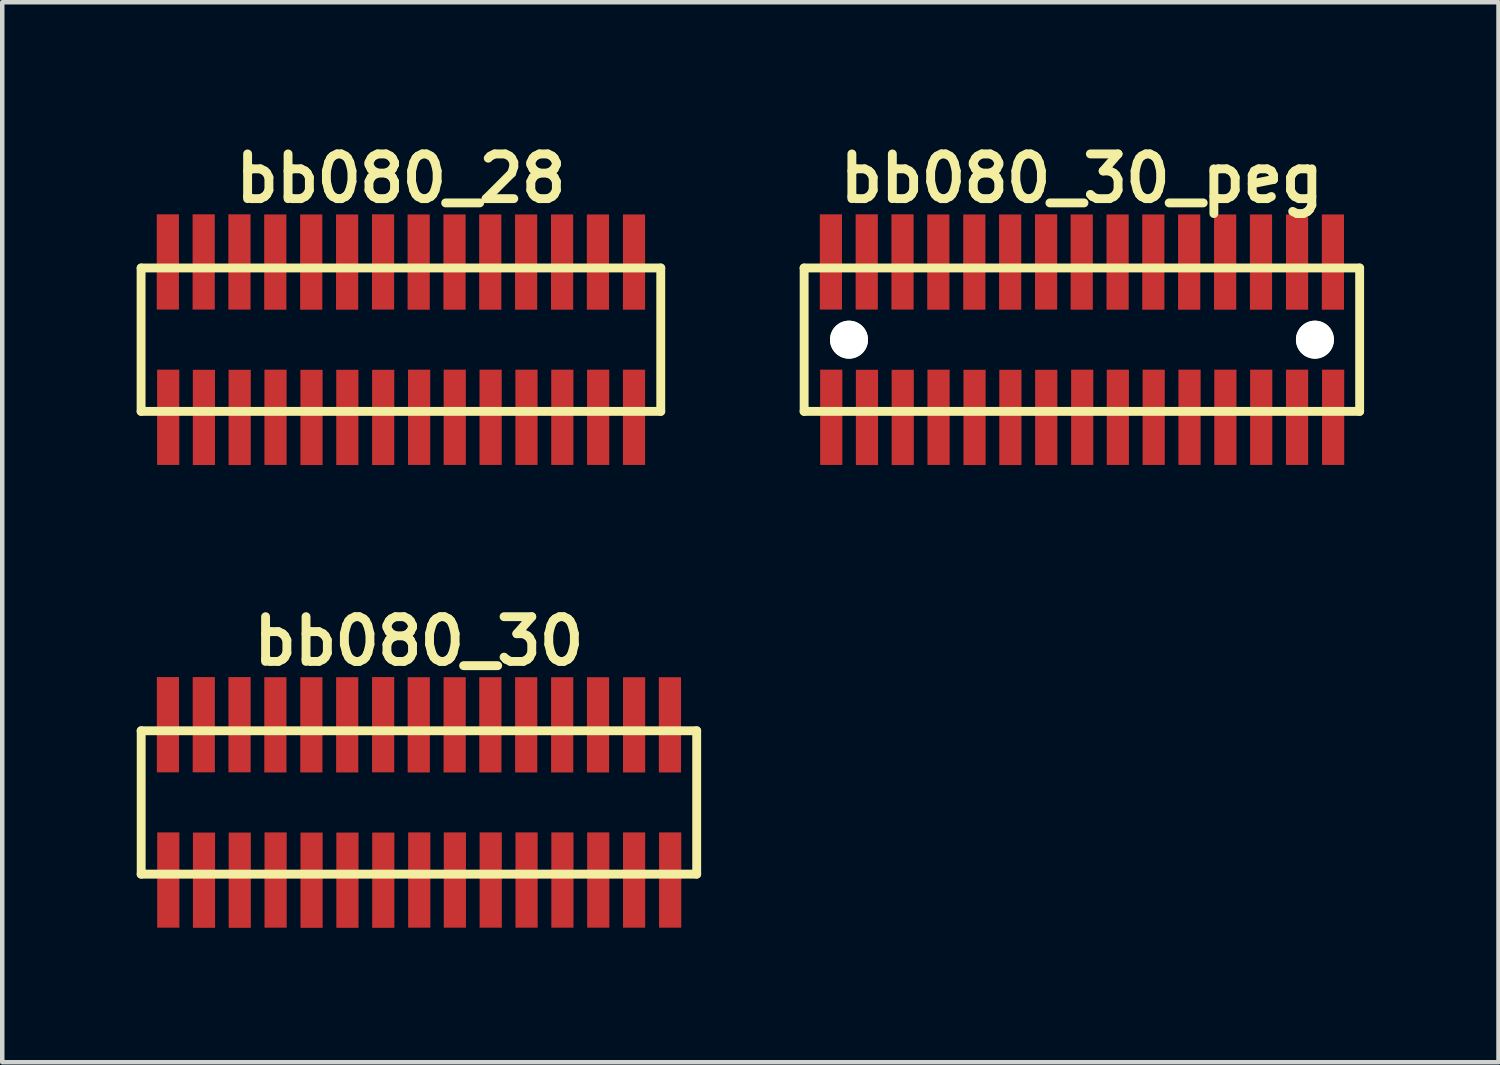
<source format=kicad_pcb>
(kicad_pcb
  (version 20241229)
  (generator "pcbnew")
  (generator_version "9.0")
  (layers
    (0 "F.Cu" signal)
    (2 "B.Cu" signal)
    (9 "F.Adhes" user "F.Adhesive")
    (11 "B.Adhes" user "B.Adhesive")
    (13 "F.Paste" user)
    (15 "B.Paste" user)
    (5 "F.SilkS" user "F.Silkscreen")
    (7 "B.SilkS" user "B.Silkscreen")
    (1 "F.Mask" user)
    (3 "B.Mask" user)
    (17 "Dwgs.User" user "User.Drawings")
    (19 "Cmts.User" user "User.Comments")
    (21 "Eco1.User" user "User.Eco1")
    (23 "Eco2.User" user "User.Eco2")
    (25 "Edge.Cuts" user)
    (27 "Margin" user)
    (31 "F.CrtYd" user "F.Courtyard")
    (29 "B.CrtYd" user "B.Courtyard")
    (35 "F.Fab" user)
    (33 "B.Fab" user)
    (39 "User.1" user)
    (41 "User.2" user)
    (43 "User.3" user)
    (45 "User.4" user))
  (footprint "bb080_30"
    (layer "F.Cu")
    (at 6.299 14.859)
    (property "Reference" "bb080_30" (at 0 -3.599 0) (layer "F.SilkS") (effects (font (size 0.998 0.998) (thickness 0.198))))
    (attr smd)
    (fp_line (start -6.2 1.6) (end 6.2 1.6) (stroke (width 0.198) (type solid)) (layer "F.SilkS"))
    (fp_line (start -6.198 -1.6) (end -6.198 1.6) (stroke (width 0.198) (type solid)) (layer "F.SilkS"))
    (fp_line (start 6.2 -1.6) (end -6.2 -1.6) (stroke (width 0.198) (type solid)) (layer "F.SilkS"))
    (fp_line (start 6.2 1.6) (end 6.2 -1.6) (stroke (width 0.198) (type solid)) (layer "F.SilkS"))
    (pad "1" smd rect (at -5.593 1.732) (size 0.495 2.126) (layers "F.Cu" "F.Mask" "F.Paste"))
    (pad "2" smd rect (at -5.601 -1.735) (size 0.495 2.126) (layers "F.Cu" "F.Mask" "F.Paste"))
    (pad "3" smd rect (at -4.796 1.735) (size 0.495 2.126) (layers "F.Cu" "F.Mask" "F.Paste"))
    (pad "4" smd rect (at -4.801 -1.735) (size 0.495 2.126) (layers "F.Cu" "F.Mask" "F.Paste"))
    (pad "5" smd rect (at -3.998 1.735) (size 0.495 2.126) (layers "F.Cu" "F.Mask" "F.Paste"))
    (pad "6" smd rect (at -4.003 -1.735) (size 0.495 2.126) (layers "F.Cu" "F.Mask" "F.Paste"))
    (pad "7" smd rect (at -3.198 1.732) (size 0.495 2.126) (layers "F.Cu" "F.Mask" "F.Paste"))
    (pad "8" smd rect (at -3.203 -1.732) (size 0.495 2.126) (layers "F.Cu" "F.Mask" "F.Paste"))
    (pad "9" smd rect (at -2.395 1.735) (size 0.495 2.126) (layers "F.Cu" "F.Mask" "F.Paste"))
    (pad "10" smd rect (at -2.4 -1.732) (size 0.495 2.126) (layers "F.Cu" "F.Mask" "F.Paste"))
    (pad "11" smd rect (at -1.595 1.735) (size 0.495 2.126) (layers "F.Cu" "F.Mask" "F.Paste"))
    (pad "12" smd rect (at -1.6 -1.732) (size 0.495 2.126) (layers "F.Cu" "F.Mask" "F.Paste"))
    (pad "13" smd rect (at -0.795 1.735) (size 0.495 2.126) (layers "F.Cu" "F.Mask" "F.Paste"))
    (pad "14" smd rect (at -0.798 -1.735) (size 0.495 2.126) (layers "F.Cu" "F.Mask" "F.Paste"))
    (pad "15" smd rect (at 0.008 1.732) (size 0.495 2.126) (layers "F.Cu" "F.Mask" "F.Paste"))
    (pad "16" smd rect (at -0.003 -1.732) (size 0.495 2.126) (layers "F.Cu" "F.Mask" "F.Paste"))
    (pad "17" smd rect (at 0.803 1.732) (size 0.495 2.126) (layers "F.Cu" "F.Mask" "F.Paste"))
    (pad "18" smd rect (at 0.798 -1.732) (size 0.495 2.126) (layers "F.Cu" "F.Mask" "F.Paste"))
    (pad "19" smd rect (at 1.603 1.732) (size 0.495 2.126) (layers "F.Cu" "F.Mask" "F.Paste"))
    (pad "20" smd rect (at 1.595 -1.732) (size 0.495 2.126) (layers "F.Cu" "F.Mask" "F.Paste"))
    (pad "21" smd rect (at 2.403 1.732) (size 0.495 2.126) (layers "F.Cu" "F.Mask" "F.Paste"))
    (pad "22" smd rect (at 2.395 -1.732) (size 0.495 2.126) (layers "F.Cu" "F.Mask" "F.Paste"))
    (pad "23" smd rect (at 3.203 1.732) (size 0.495 2.126) (layers "F.Cu" "F.Mask" "F.Paste"))
    (pad "24" smd rect (at 3.198 -1.732) (size 0.495 2.126) (layers "F.Cu" "F.Mask" "F.Paste"))
    (pad "25" smd rect (at 4.003 1.732) (size 0.495 2.126) (layers "F.Cu" "F.Mask" "F.Paste"))
    (pad "26" smd rect (at 3.998 -1.732) (size 0.495 2.126) (layers "F.Cu" "F.Mask" "F.Paste"))
    (pad "27" smd rect (at 4.803 1.732) (size 0.495 2.126) (layers "F.Cu" "F.Mask" "F.Paste"))
    (pad "28" smd rect (at 4.803 -1.732) (size 0.495 2.126) (layers "F.Cu" "F.Mask" "F.Paste"))
    (pad "29" smd rect (at 5.608 1.732) (size 0.495 2.126) (layers "F.Cu" "F.Mask" "F.Paste"))
    (pad "30" smd rect (at 5.603 -1.732) (size 0.495 2.126) (layers "F.Cu" "F.Mask" "F.Paste")))
  (footprint "bb080_28"
    (layer "F.Cu")
    (at 5.898 4.531)
    (property "Reference" "bb080_28" (at 0 -3.599 0) (layer "F.SilkS") (effects (font (size 0.998 0.998) (thickness 0.198))))
    (attr smd)
    (fp_line (start -5.799 -1.6) (end -5.799 1.6) (stroke (width 0.198) (type solid)) (layer "F.SilkS"))
    (fp_line (start -5.799 1.6) (end 5.799 1.6) (stroke (width 0.198) (type solid)) (layer "F.SilkS"))
    (fp_line (start 5.799 -1.6) (end -5.799 -1.6) (stroke (width 0.198) (type solid)) (layer "F.SilkS"))
    (fp_line (start 5.799 1.6) (end 5.799 -1.6) (stroke (width 0.198) (type solid)) (layer "F.SilkS"))
    (pad "1" smd rect (at -5.194 1.732) (size 0.495 2.126) (layers "F.Cu" "F.Mask" "F.Paste"))
    (pad "2" smd rect (at -5.202 -1.735) (size 0.495 2.126) (layers "F.Cu" "F.Mask" "F.Paste"))
    (pad "3" smd rect (at -4.397 1.735) (size 0.495 2.126) (layers "F.Cu" "F.Mask" "F.Paste"))
    (pad "4" smd rect (at -4.402 -1.735) (size 0.495 2.126) (layers "F.Cu" "F.Mask" "F.Paste"))
    (pad "5" smd rect (at -3.599 1.735) (size 0.495 2.126) (layers "F.Cu" "F.Mask" "F.Paste"))
    (pad "6" smd rect (at -3.604 -1.735) (size 0.495 2.126) (layers "F.Cu" "F.Mask" "F.Paste"))
    (pad "7" smd rect (at -2.799 1.732) (size 0.495 2.126) (layers "F.Cu" "F.Mask" "F.Paste"))
    (pad "8" smd rect (at -2.804 -1.732) (size 0.495 2.126) (layers "F.Cu" "F.Mask" "F.Paste"))
    (pad "9" smd rect (at -1.996 1.735) (size 0.495 2.126) (layers "F.Cu" "F.Mask" "F.Paste"))
    (pad "10" smd rect (at -2.002 -1.732) (size 0.495 2.126) (layers "F.Cu" "F.Mask" "F.Paste"))
    (pad "11" smd rect (at -1.196 1.735) (size 0.495 2.126) (layers "F.Cu" "F.Mask" "F.Paste"))
    (pad "12" smd rect (at -1.201 -1.732) (size 0.495 2.126) (layers "F.Cu" "F.Mask" "F.Paste"))
    (pad "13" smd rect (at -0.396 1.735) (size 0.495 2.126) (layers "F.Cu" "F.Mask" "F.Paste"))
    (pad "14" smd rect (at -0.399 -1.735) (size 0.495 2.126) (layers "F.Cu" "F.Mask" "F.Paste"))
    (pad "15" smd rect (at 0.406 1.732) (size 0.495 2.126) (layers "F.Cu" "F.Mask" "F.Paste"))
    (pad "16" smd rect (at 0.396 -1.732) (size 0.495 2.126) (layers "F.Cu" "F.Mask" "F.Paste"))
    (pad "17" smd rect (at 1.201 1.732) (size 0.495 2.126) (layers "F.Cu" "F.Mask" "F.Paste"))
    (pad "18" smd rect (at 1.196 -1.732) (size 0.495 2.126) (layers "F.Cu" "F.Mask" "F.Paste"))
    (pad "19" smd rect (at 2.002 1.732) (size 0.495 2.126) (layers "F.Cu" "F.Mask" "F.Paste"))
    (pad "20" smd rect (at 1.994 -1.732) (size 0.495 2.126) (layers "F.Cu" "F.Mask" "F.Paste"))
    (pad "21" smd rect (at 2.802 1.732) (size 0.495 2.126) (layers "F.Cu" "F.Mask" "F.Paste"))
    (pad "22" smd rect (at 2.794 -1.732) (size 0.495 2.126) (layers "F.Cu" "F.Mask" "F.Paste"))
    (pad "23" smd rect (at 3.602 1.732) (size 0.495 2.126) (layers "F.Cu" "F.Mask" "F.Paste"))
    (pad "24" smd rect (at 3.597 -1.732) (size 0.495 2.126) (layers "F.Cu" "F.Mask" "F.Paste"))
    (pad "25" smd rect (at 4.402 1.732) (size 0.495 2.126) (layers "F.Cu" "F.Mask" "F.Paste"))
    (pad "26" smd rect (at 4.397 -1.732) (size 0.495 2.126) (layers "F.Cu" "F.Mask" "F.Paste"))
    (pad "27" smd rect (at 5.202 1.732) (size 0.495 2.126) (layers "F.Cu" "F.Mask" "F.Paste"))
    (pad "28" smd rect (at 5.202 -1.732) (size 0.495 2.126) (layers "F.Cu" "F.Mask" "F.Paste")))
  (footprint "bb080_30_peg"
    (layer "F.Cu")
    (at 21.095 4.531)
    (property "Reference" "bb080_30_peg" (at 0 -3.599 0) (layer "F.SilkS") (effects (font (size 0.998 0.998) (thickness 0.198))))
    (attr smd)
    (fp_line (start -6.2 1.6) (end 6.2 1.6) (stroke (width 0.198) (type solid)) (layer "F.SilkS"))
    (fp_line (start -6.198 -1.6) (end -6.198 1.6) (stroke (width 0.198) (type solid)) (layer "F.SilkS"))
    (fp_line (start 6.2 -1.6) (end -6.2 -1.6) (stroke (width 0.198) (type solid)) (layer "F.SilkS"))
    (fp_line (start 6.2 1.6) (end 6.2 -1.6) (stroke (width 0.198) (type solid)) (layer "F.SilkS"))
    (pad "" np_thru_hole circle (at -5.197 0) (size 0.848 0.848) (drill 0.848) (layers "*.Cu" "*.Mask" "F.SilkS"))
    (pad "" np_thru_hole circle (at 5.202 0) (size 0.848 0.848) (drill 0.848) (layers "*.Cu" "*.Mask" "F.SilkS"))
    (pad "1" smd rect (at -5.593 1.732) (size 0.495 2.126) (layers "F.Cu" "F.Mask" "F.Paste"))
    (pad "2" smd rect (at -5.601 -1.735) (size 0.495 2.126) (layers "F.Cu" "F.Mask" "F.Paste"))
    (pad "3" smd rect (at -4.796 1.735) (size 0.495 2.126) (layers "F.Cu" "F.Mask" "F.Paste"))
    (pad "4" smd rect (at -4.801 -1.735) (size 0.495 2.126) (layers "F.Cu" "F.Mask" "F.Paste"))
    (pad "5" smd rect (at -3.998 1.735) (size 0.495 2.126) (layers "F.Cu" "F.Mask" "F.Paste"))
    (pad "6" smd rect (at -4.003 -1.735) (size 0.495 2.126) (layers "F.Cu" "F.Mask" "F.Paste"))
    (pad "7" smd rect (at -3.198 1.732) (size 0.495 2.126) (layers "F.Cu" "F.Mask" "F.Paste"))
    (pad "8" smd rect (at -3.203 -1.732) (size 0.495 2.126) (layers "F.Cu" "F.Mask" "F.Paste"))
    (pad "9" smd rect (at -2.395 1.735) (size 0.495 2.126) (layers "F.Cu" "F.Mask" "F.Paste"))
    (pad "10" smd rect (at -2.4 -1.732) (size 0.495 2.126) (layers "F.Cu" "F.Mask" "F.Paste"))
    (pad "11" smd rect (at -1.595 1.735) (size 0.495 2.126) (layers "F.Cu" "F.Mask" "F.Paste"))
    (pad "12" smd rect (at -1.6 -1.732) (size 0.495 2.126) (layers "F.Cu" "F.Mask" "F.Paste"))
    (pad "13" smd rect (at -0.795 1.735) (size 0.495 2.126) (layers "F.Cu" "F.Mask" "F.Paste"))
    (pad "14" smd rect (at -0.798 -1.735) (size 0.495 2.126) (layers "F.Cu" "F.Mask" "F.Paste"))
    (pad "15" smd rect (at 0.008 1.732) (size 0.495 2.126) (layers "F.Cu" "F.Mask" "F.Paste"))
    (pad "16" smd rect (at -0.003 -1.732) (size 0.495 2.126) (layers "F.Cu" "F.Mask" "F.Paste"))
    (pad "17" smd rect (at 0.803 1.732) (size 0.495 2.126) (layers "F.Cu" "F.Mask" "F.Paste"))
    (pad "18" smd rect (at 0.798 -1.732) (size 0.495 2.126) (layers "F.Cu" "F.Mask" "F.Paste"))
    (pad "19" smd rect (at 1.603 1.732) (size 0.495 2.126) (layers "F.Cu" "F.Mask" "F.Paste"))
    (pad "20" smd rect (at 1.595 -1.732) (size 0.495 2.126) (layers "F.Cu" "F.Mask" "F.Paste"))
    (pad "21" smd rect (at 2.403 1.732) (size 0.495 2.126) (layers "F.Cu" "F.Mask" "F.Paste"))
    (pad "22" smd rect (at 2.395 -1.732) (size 0.495 2.126) (layers "F.Cu" "F.Mask" "F.Paste"))
    (pad "23" smd rect (at 3.203 1.732) (size 0.495 2.126) (layers "F.Cu" "F.Mask" "F.Paste"))
    (pad "24" smd rect (at 3.198 -1.732) (size 0.495 2.126) (layers "F.Cu" "F.Mask" "F.Paste"))
    (pad "25" smd rect (at 4.003 1.732) (size 0.495 2.126) (layers "F.Cu" "F.Mask" "F.Paste"))
    (pad "26" smd rect (at 3.998 -1.732) (size 0.495 2.126) (layers "F.Cu" "F.Mask" "F.Paste"))
    (pad "27" smd rect (at 4.803 1.732) (size 0.495 2.126) (layers "F.Cu" "F.Mask" "F.Paste"))
    (pad "28" smd rect (at 4.803 -1.732) (size 0.495 2.126) (layers "F.Cu" "F.Mask" "F.Paste"))
    (pad "29" smd rect (at 5.608 1.732) (size 0.495 2.126) (layers "F.Cu" "F.Mask" "F.Paste"))
    (pad "30" smd rect (at 5.603 -1.732) (size 0.495 2.126) (layers "F.Cu" "F.Mask" "F.Paste")))
  (gr_rect
    (start -3 -3)
    (end 30.394 20.657)
    (stroke (width 0.1) (type default))
    (fill no)
    (layer "Edge.Cuts")))
</source>
